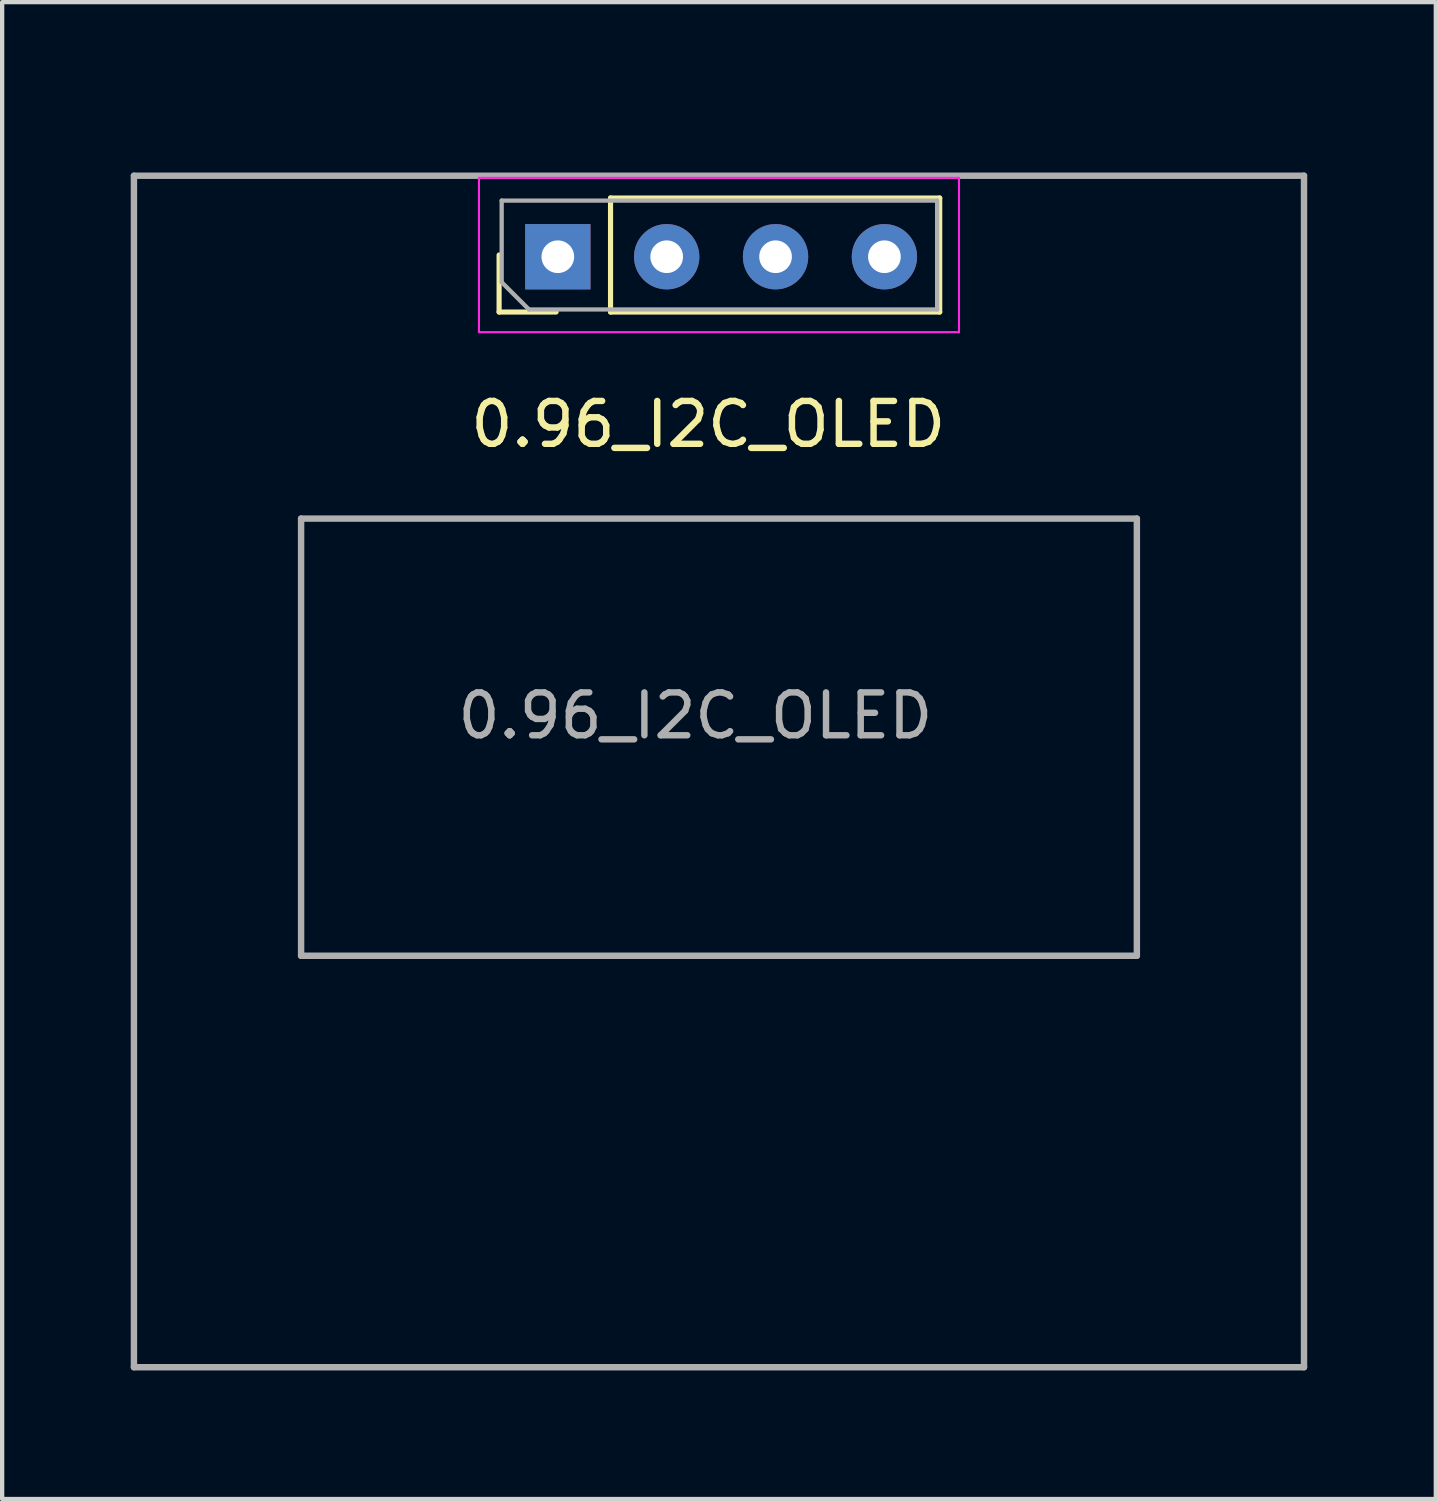
<source format=kicad_pcb>
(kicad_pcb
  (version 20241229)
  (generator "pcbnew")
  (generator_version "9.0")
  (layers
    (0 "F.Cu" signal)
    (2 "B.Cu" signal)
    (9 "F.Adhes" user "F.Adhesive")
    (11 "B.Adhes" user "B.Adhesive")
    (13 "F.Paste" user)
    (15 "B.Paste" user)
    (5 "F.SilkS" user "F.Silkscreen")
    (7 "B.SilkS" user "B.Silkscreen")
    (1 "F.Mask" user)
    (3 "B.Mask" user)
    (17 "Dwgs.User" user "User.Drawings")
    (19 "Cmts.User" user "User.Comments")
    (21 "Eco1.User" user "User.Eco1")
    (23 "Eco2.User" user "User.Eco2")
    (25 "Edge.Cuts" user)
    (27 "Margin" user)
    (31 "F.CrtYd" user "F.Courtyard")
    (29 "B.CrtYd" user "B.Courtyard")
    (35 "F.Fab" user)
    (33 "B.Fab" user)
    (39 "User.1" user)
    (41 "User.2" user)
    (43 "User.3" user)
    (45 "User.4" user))
  (footprint "0.96_I2C_OLED"
    (layer "F.Cu")
    (at 13.175 0.25)
    (property "Reference" "0.96_I2C_OLED" (at 0.3 6.6 180) (layer "F.SilkS") (effects (font (size 1 1) (thickness 0.15))))
    (attr through_hole)
    (fp_line (start -4.58 3.98) (end -4.58 2.65) (stroke (width 0.12) (type solid)) (layer "F.SilkS"))
    (fp_line (start -3.25 3.98) (end -4.58 3.98) (stroke (width 0.12) (type solid)) (layer "F.SilkS"))
    (fp_line (start -1.98 1.32) (end 5.7 1.32) (stroke (width 0.12) (type solid)) (layer "F.SilkS"))
    (fp_line (start -1.98 3.98) (end -1.98 1.32) (stroke (width 0.12) (type solid)) (layer "F.SilkS"))
    (fp_line (start -1.98 3.98) (end 5.7 3.98) (stroke (width 0.12) (type solid)) (layer "F.SilkS"))
    (fp_line (start 5.7 3.98) (end 5.7 1.32) (stroke (width 0.12) (type solid)) (layer "F.SilkS"))
    (fp_line (start -5.05 0.85) (end -5.05 4.45) (stroke (width 0.05) (type solid)) (layer "F.CrtYd"))
    (fp_line (start -5.05 4.45) (end 6.15 4.45) (stroke (width 0.05) (type solid)) (layer "F.CrtYd"))
    (fp_line (start 6.15 0.85) (end -5.05 0.85) (stroke (width 0.05) (type solid)) (layer "F.CrtYd"))
    (fp_line (start 6.15 4.45) (end 6.15 0.85) (stroke (width 0.05) (type solid)) (layer "F.CrtYd"))
    (fp_line (start -13.1 0.8) (end -13.1 28.6) (stroke (width 0.15) (type solid)) (layer "F.Fab"))
    (fp_line (start -13.1 0.8) (end 14.2 0.8) (stroke (width 0.15) (type solid)) (layer "F.Fab"))
    (fp_line (start -9.2 8.8) (end -9.2 19) (stroke (width 0.15) (type solid)) (layer "F.Fab"))
    (fp_line (start -9.2 19) (end 10.3 19) (stroke (width 0.15) (type solid)) (layer "F.Fab"))
    (fp_line (start -4.52 1.38) (end 5.64 1.38) (stroke (width 0.1) (type solid)) (layer "F.Fab"))
    (fp_line (start -4.52 3.285) (end -4.52 1.38) (stroke (width 0.1) (type solid)) (layer "F.Fab"))
    (fp_line (start -3.885 3.92) (end -4.52 3.285) (stroke (width 0.1) (type solid)) (layer "F.Fab"))
    (fp_line (start 5.64 1.38) (end 5.64 3.92) (stroke (width 0.1) (type solid)) (layer "F.Fab"))
    (fp_line (start 5.64 3.92) (end -3.885 3.92) (stroke (width 0.1) (type solid)) (layer "F.Fab"))
    (fp_line (start 10.3 8.8) (end -9.2 8.8) (stroke (width 0.15) (type solid)) (layer "F.Fab"))
    (fp_line (start 10.3 19) (end 10.3 8.8) (stroke (width 0.15) (type solid)) (layer "F.Fab"))
    (fp_line (start 14.2 0.8) (end 14.2 28.6) (stroke (width 0.15) (type solid)) (layer "F.Fab"))
    (fp_line (start 14.2 28.6) (end -13.1 28.6) (stroke (width 0.15) (type solid)) (layer "F.Fab"))
    (fp_text user "${REFERENCE}" (at 0 13.4 180) (layer "F.Fab") (effects (font (size 1 1) (thickness 0.15))))
    (pad "1" thru_hole rect (at -3.21 2.69) (size 1.524 1.524) (drill 0.762) (layers "*.Cu" "*.Mask"))
    (pad "2" thru_hole circle (at -0.67 2.69) (size 1.524 1.524) (drill 0.762) (layers "*.Cu" "*.Mask"))
    (pad "3" thru_hole circle (at 1.87 2.69) (size 1.524 1.524) (drill 0.762) (layers "*.Cu" "*.Mask"))
    (pad "4" thru_hole circle (at 4.41 2.69) (size 1.524 1.524) (drill 0.762) (layers "*.Cu" "*.Mask")))
  (gr_rect
    (start -3 -3)
    (end 30.45 31.925)
    (stroke (width 0.1) (type default))
    (fill no)
    (layer "Edge.Cuts")))
</source>
